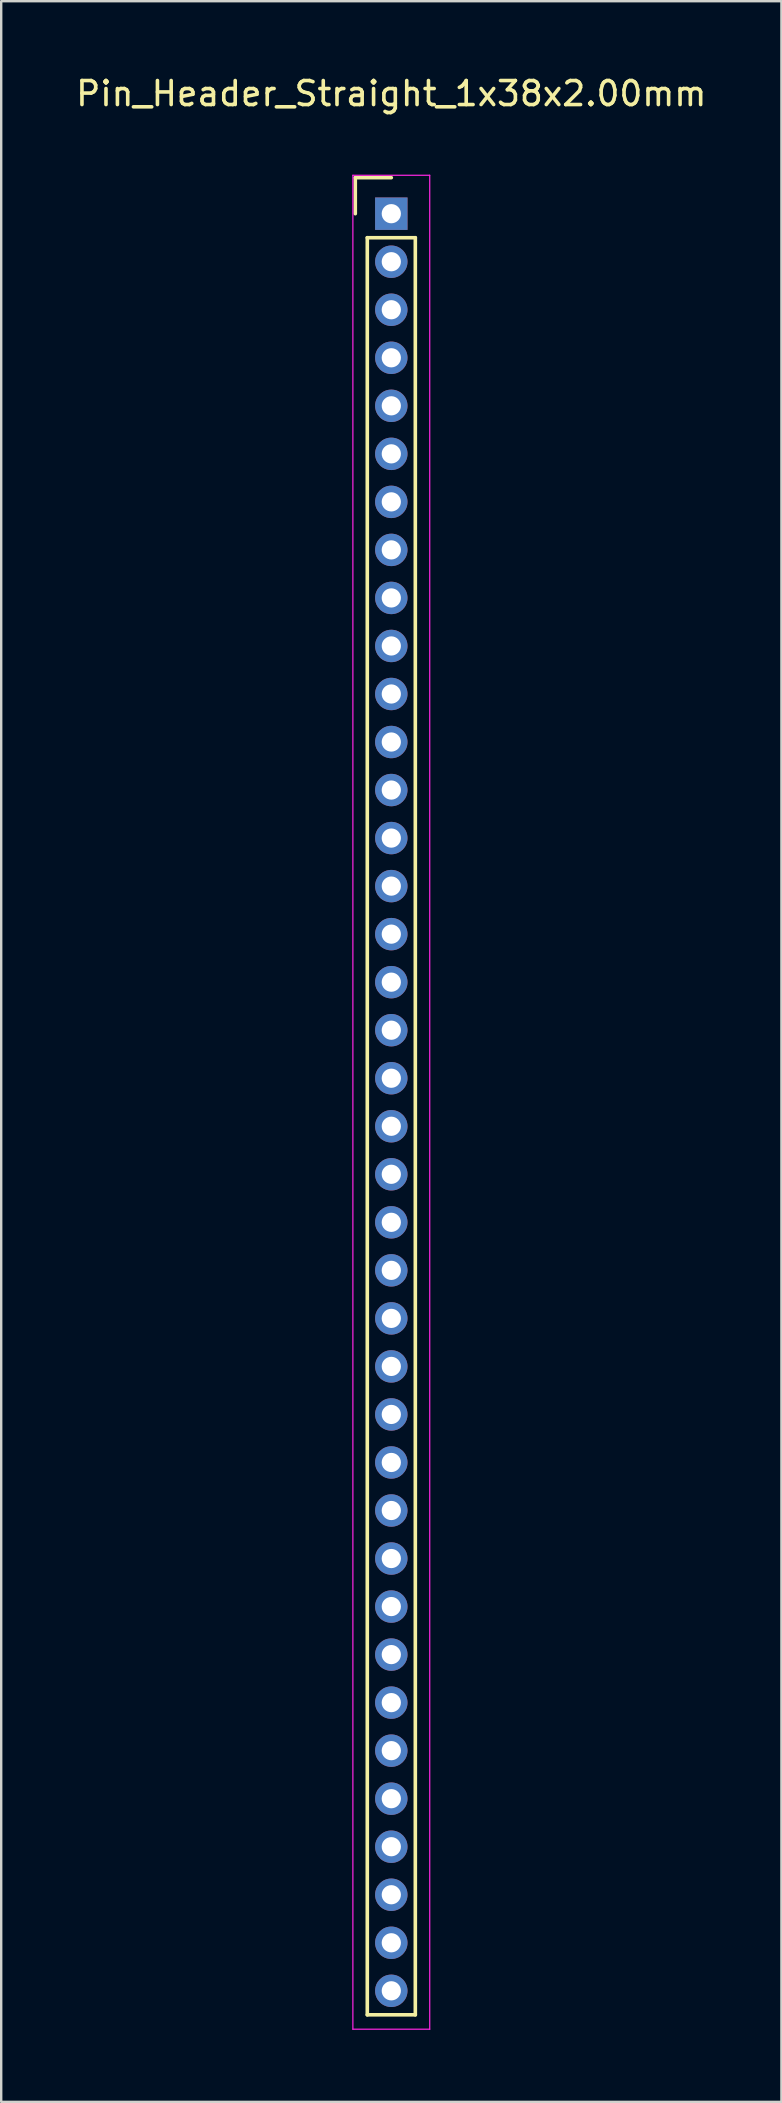
<source format=kicad_pcb>
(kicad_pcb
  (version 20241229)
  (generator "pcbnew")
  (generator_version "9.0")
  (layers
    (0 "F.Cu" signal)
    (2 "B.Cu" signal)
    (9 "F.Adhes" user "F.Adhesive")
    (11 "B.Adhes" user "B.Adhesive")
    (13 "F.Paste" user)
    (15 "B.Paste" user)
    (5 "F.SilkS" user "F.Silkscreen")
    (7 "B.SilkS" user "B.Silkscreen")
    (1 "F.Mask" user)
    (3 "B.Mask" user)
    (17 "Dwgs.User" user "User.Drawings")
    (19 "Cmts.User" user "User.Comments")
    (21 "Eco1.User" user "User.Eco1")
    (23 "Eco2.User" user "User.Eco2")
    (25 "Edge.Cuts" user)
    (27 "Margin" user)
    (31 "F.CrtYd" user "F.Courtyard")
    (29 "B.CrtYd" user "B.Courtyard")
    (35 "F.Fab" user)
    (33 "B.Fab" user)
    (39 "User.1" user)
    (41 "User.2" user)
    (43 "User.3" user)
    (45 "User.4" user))
  (footprint "Pin_Header_Straight_1x38x2.00mm"
    (layer "F.Cu")
    (at 13.244 5.848)
    (property "Reference" "Pin_Header_Straight_1x38x2.00mm" (at 0 -5 0) (layer "F.SilkS") (effects (font (size 1 1) (thickness 0.15))))
    (attr through_hole)
    (fp_line (start -1.5 -1.5) (end 0 -1.5) (stroke (width 0.15) (type solid)) (layer "F.SilkS"))
    (fp_line (start -1.5 0) (end -1.5 -1.5) (stroke (width 0.15) (type solid)) (layer "F.SilkS"))
    (fp_line (start -1 1) (end 1 1) (stroke (width 0.15) (type solid)) (layer "F.SilkS"))
    (fp_line (start -1 75) (end -1 1) (stroke (width 0.15) (type solid)) (layer "F.SilkS"))
    (fp_line (start 1 1) (end 1 75) (stroke (width 0.15) (type solid)) (layer "F.SilkS"))
    (fp_line (start 1 75) (end -1 75) (stroke (width 0.15) (type solid)) (layer "F.SilkS"))
    (fp_line (start -1.6 -1.6) (end 1.6 -1.6) (stroke (width 0.05) (type solid)) (layer "F.CrtYd"))
    (fp_line (start -1.6 75.6) (end -1.6 -1.6) (stroke (width 0.05) (type solid)) (layer "F.CrtYd"))
    (fp_line (start 1.6 -1.6) (end 1.6 75.6) (stroke (width 0.05) (type solid)) (layer "F.CrtYd"))
    (fp_line (start 1.6 75.6) (end -1.6 75.6) (stroke (width 0.05) (type solid)) (layer "F.CrtYd"))
    (pad "1" thru_hole rect (at 0 0) (size 1.35 1.35) (drill 0.8) (layers "*.Cu" "*.Mask"))
    (pad "2" thru_hole circle (at 0 2) (size 1.35 1.35) (drill 0.8) (layers "*.Cu" "*.Mask"))
    (pad "3" thru_hole circle (at 0 4) (size 1.35 1.35) (drill 0.8) (layers "*.Cu" "*.Mask"))
    (pad "4" thru_hole circle (at 0 6) (size 1.35 1.35) (drill 0.8) (layers "*.Cu" "*.Mask"))
    (pad "5" thru_hole circle (at 0 8) (size 1.35 1.35) (drill 0.8) (layers "*.Cu" "*.Mask"))
    (pad "6" thru_hole circle (at 0 10) (size 1.35 1.35) (drill 0.8) (layers "*.Cu" "*.Mask"))
    (pad "7" thru_hole circle (at 0 12) (size 1.35 1.35) (drill 0.8) (layers "*.Cu" "*.Mask"))
    (pad "8" thru_hole circle (at 0 14) (size 1.35 1.35) (drill 0.8) (layers "*.Cu" "*.Mask"))
    (pad "9" thru_hole circle (at 0 16) (size 1.35 1.35) (drill 0.8) (layers "*.Cu" "*.Mask"))
    (pad "10" thru_hole circle (at 0 18) (size 1.35 1.35) (drill 0.8) (layers "*.Cu" "*.Mask"))
    (pad "11" thru_hole circle (at 0 20) (size 1.35 1.35) (drill 0.8) (layers "*.Cu" "*.Mask"))
    (pad "12" thru_hole circle (at 0 22) (size 1.35 1.35) (drill 0.8) (layers "*.Cu" "*.Mask"))
    (pad "13" thru_hole circle (at 0 24) (size 1.35 1.35) (drill 0.8) (layers "*.Cu" "*.Mask"))
    (pad "14" thru_hole circle (at 0 26) (size 1.35 1.35) (drill 0.8) (layers "*.Cu" "*.Mask"))
    (pad "15" thru_hole circle (at 0 28) (size 1.35 1.35) (drill 0.8) (layers "*.Cu" "*.Mask"))
    (pad "16" thru_hole circle (at 0 30) (size 1.35 1.35) (drill 0.8) (layers "*.Cu" "*.Mask"))
    (pad "17" thru_hole circle (at 0 32) (size 1.35 1.35) (drill 0.8) (layers "*.Cu" "*.Mask"))
    (pad "18" thru_hole circle (at 0 34) (size 1.35 1.35) (drill 0.8) (layers "*.Cu" "*.Mask"))
    (pad "19" thru_hole circle (at 0 36) (size 1.35 1.35) (drill 0.8) (layers "*.Cu" "*.Mask"))
    (pad "20" thru_hole circle (at 0 38) (size 1.35 1.35) (drill 0.8) (layers "*.Cu" "*.Mask"))
    (pad "21" thru_hole circle (at 0 40) (size 1.35 1.35) (drill 0.8) (layers "*.Cu" "*.Mask"))
    (pad "22" thru_hole circle (at 0 42) (size 1.35 1.35) (drill 0.8) (layers "*.Cu" "*.Mask"))
    (pad "23" thru_hole circle (at 0 44) (size 1.35 1.35) (drill 0.8) (layers "*.Cu" "*.Mask"))
    (pad "24" thru_hole circle (at 0 46) (size 1.35 1.35) (drill 0.8) (layers "*.Cu" "*.Mask"))
    (pad "25" thru_hole circle (at 0 48) (size 1.35 1.35) (drill 0.8) (layers "*.Cu" "*.Mask"))
    (pad "26" thru_hole circle (at 0 50) (size 1.35 1.35) (drill 0.8) (layers "*.Cu" "*.Mask"))
    (pad "27" thru_hole circle (at 0 52) (size 1.35 1.35) (drill 0.8) (layers "*.Cu" "*.Mask"))
    (pad "28" thru_hole circle (at 0 54) (size 1.35 1.35) (drill 0.8) (layers "*.Cu" "*.Mask"))
    (pad "29" thru_hole circle (at 0 56) (size 1.35 1.35) (drill 0.8) (layers "*.Cu" "*.Mask"))
    (pad "30" thru_hole circle (at 0 58) (size 1.35 1.35) (drill 0.8) (layers "*.Cu" "*.Mask"))
    (pad "31" thru_hole circle (at 0 60) (size 1.35 1.35) (drill 0.8) (layers "*.Cu" "*.Mask"))
    (pad "32" thru_hole circle (at 0 62) (size 1.35 1.35) (drill 0.8) (layers "*.Cu" "*.Mask"))
    (pad "33" thru_hole circle (at 0 64) (size 1.35 1.35) (drill 0.8) (layers "*.Cu" "*.Mask"))
    (pad "34" thru_hole circle (at 0 66) (size 1.35 1.35) (drill 0.8) (layers "*.Cu" "*.Mask"))
    (pad "35" thru_hole circle (at 0 68) (size 1.35 1.35) (drill 0.8) (layers "*.Cu" "*.Mask"))
    (pad "36" thru_hole circle (at 0 70) (size 1.35 1.35) (drill 0.8) (layers "*.Cu" "*.Mask"))
    (pad "37" thru_hole circle (at 0 72) (size 1.35 1.35) (drill 0.8) (layers "*.Cu" "*.Mask"))
    (pad "38" thru_hole circle (at 0 74) (size 1.35 1.35) (drill 0.8) (layers "*.Cu" "*.Mask")))
  (gr_rect
    (start -3 -3)
    (end 29.488 84.473)
    (stroke (width 0.1) (type default))
    (fill no)
    (layer "Edge.Cuts")))
</source>
